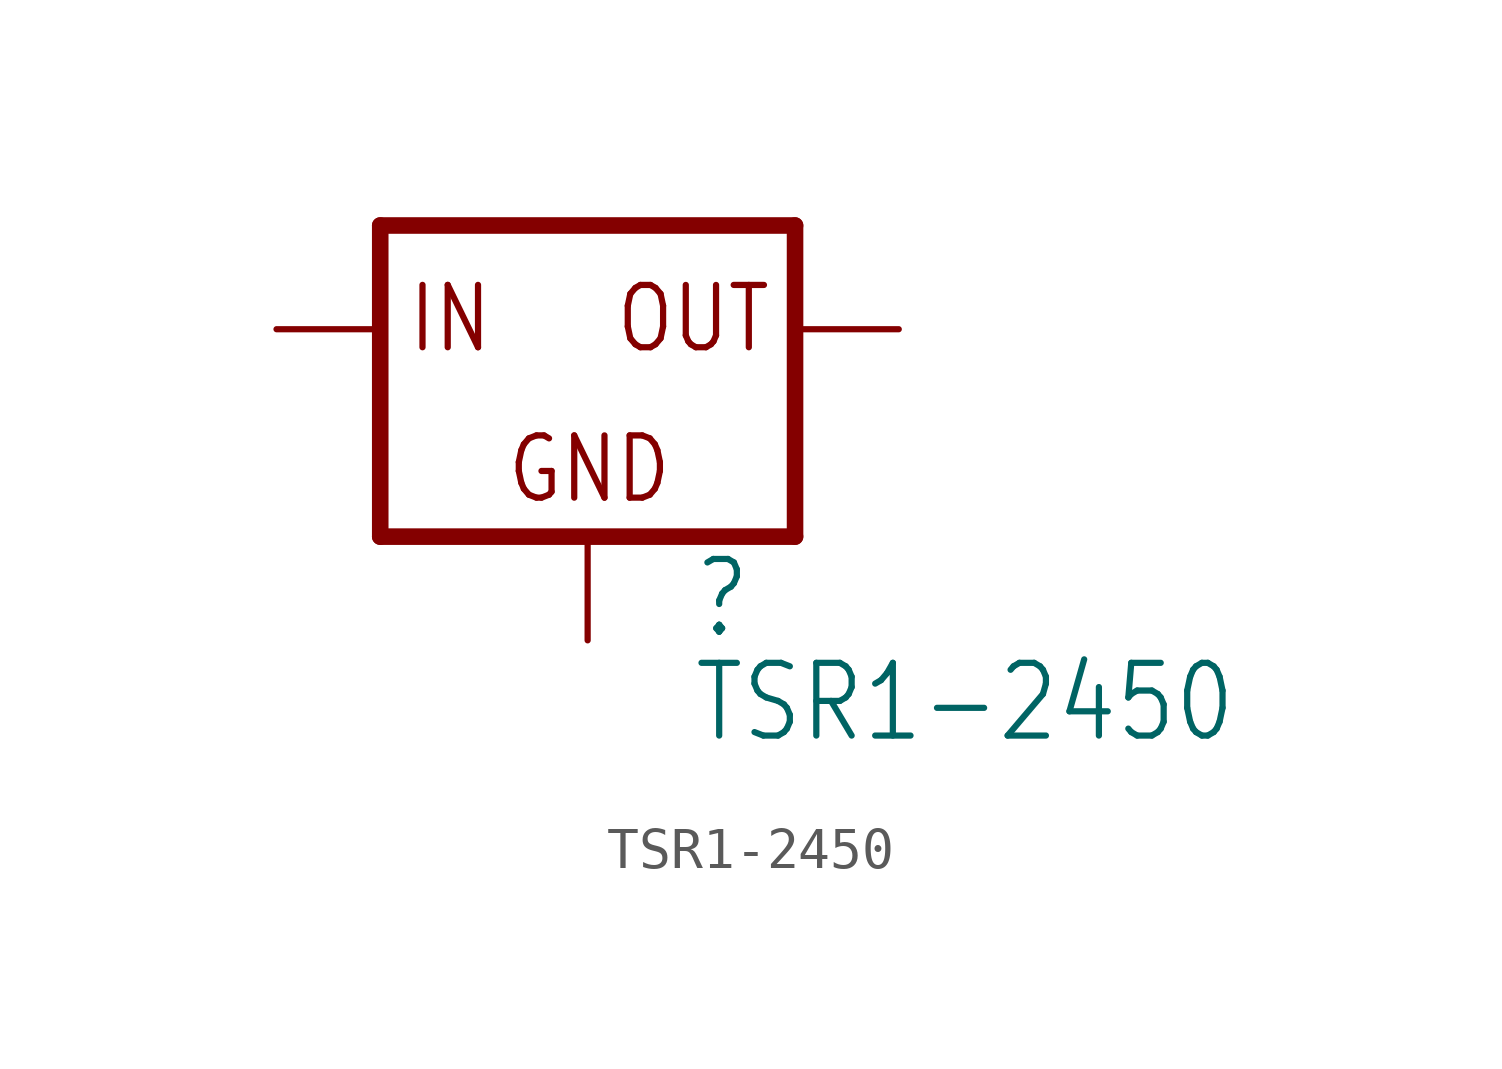
<source format=kicad_sym>
(kicad_symbol_lib
  (version 20211014)
  (generator kicad_symbol_editor)
  (symbol "TSR1-2450"
    (property "Reference" ""
      (at 2.545 -7.634 0)
      (effects (font (size 1.781 1.514)) (justify left bottom)))
    (property "Value" "TSR1-2450"
      (at 2.545 -10.178 0)
      (effects (font (size 1.781 1.514)) (justify left bottom)))
    (property "ki_locked" ""
      (at 0 0 0)
      (effects (font (size 1.27 1.27))))
    (symbol "TSR1-2450_1_0"
      (polyline (pts (xy -5.08 -5.08) (xy 5.08 -5.08)) (stroke (width 0.406) (type default) (color 0 0 0 0)) (fill (type none)))
      (polyline (pts (xy -5.08 2.54) (xy -5.08 -5.08)) (stroke (width 0.406) (type default) (color 0 0 0 0)) (fill (type none)))
      (polyline (pts (xy 5.08 -5.08) (xy 5.08 2.54)) (stroke (width 0.406) (type default) (color 0 0 0 0)) (fill (type none)))
      (polyline (pts (xy 5.08 2.54) (xy -5.08 2.54)) (stroke (width 0.406) (type default) (color 0 0 0 0)) (fill (type none)))
      (text "GND" (at -2.033 -4.32 0) (effects (font (size 1.525 1.296)) (justify left bottom)))
      (text "IN" (at -4.454 -0.636 0) (effects (font (size 1.527 1.298)) (justify left bottom)))
      (text "OUT" (at 0.636 -0.636 0) (effects (font (size 1.526 1.297)) (justify left bottom)))
      (pin input line (at -7.62 0 0) (length 2.54) (name "IN" (effects (font (size 0 0)))) (number "1" (effects (font (size 0 0)))))
      (pin input line (at 0 -7.62 90) (length 2.54) (name "GND" (effects (font (size 0 0)))) (number "2" (effects (font (size 0 0)))))
      (pin passive line (at 7.62 0 180) (length 2.54) (name "OUT" (effects (font (size 0 0)))) (number "3" (effects (font (size 0 0))))))))
</source>
